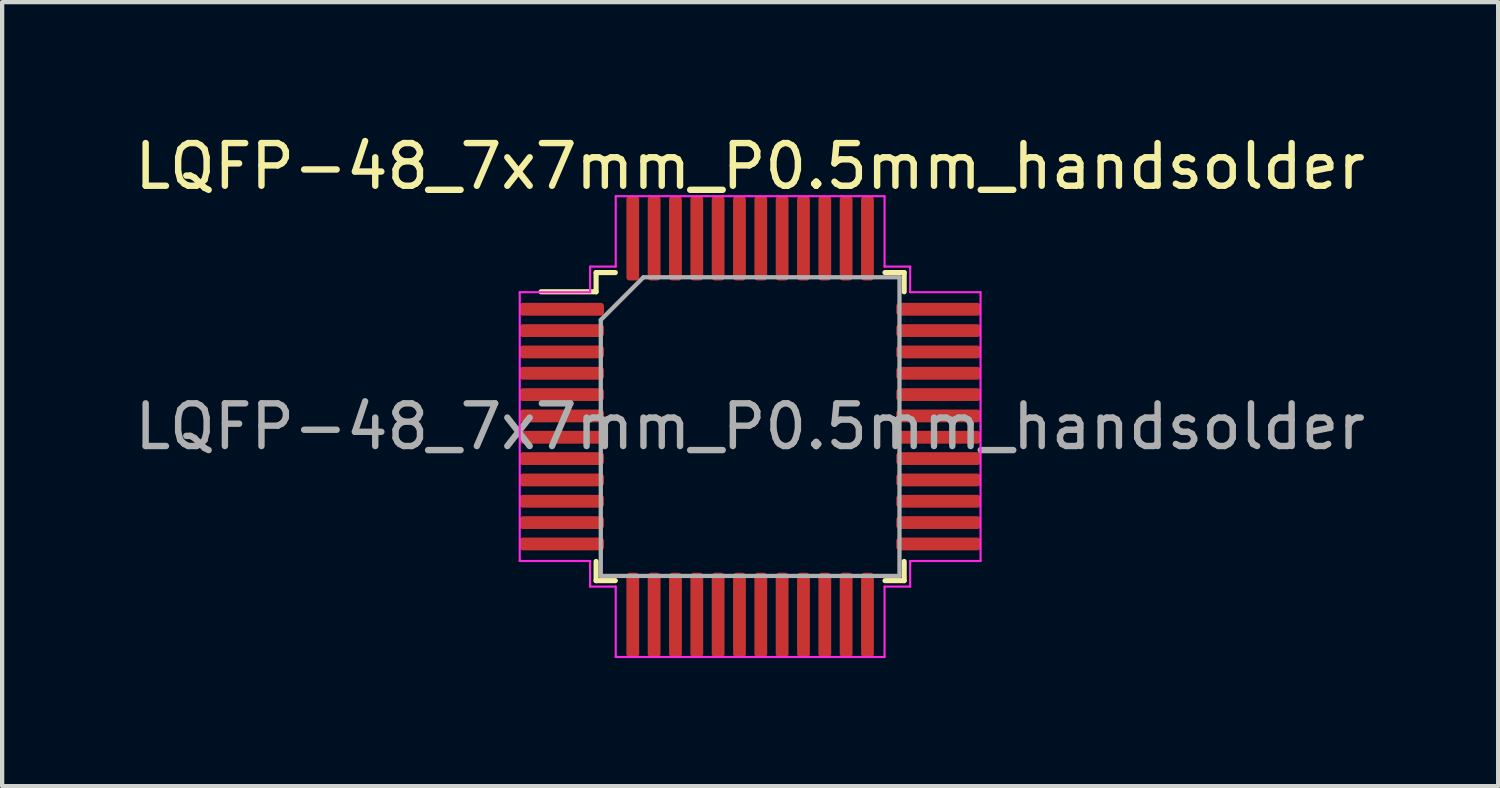
<source format=kicad_pcb>
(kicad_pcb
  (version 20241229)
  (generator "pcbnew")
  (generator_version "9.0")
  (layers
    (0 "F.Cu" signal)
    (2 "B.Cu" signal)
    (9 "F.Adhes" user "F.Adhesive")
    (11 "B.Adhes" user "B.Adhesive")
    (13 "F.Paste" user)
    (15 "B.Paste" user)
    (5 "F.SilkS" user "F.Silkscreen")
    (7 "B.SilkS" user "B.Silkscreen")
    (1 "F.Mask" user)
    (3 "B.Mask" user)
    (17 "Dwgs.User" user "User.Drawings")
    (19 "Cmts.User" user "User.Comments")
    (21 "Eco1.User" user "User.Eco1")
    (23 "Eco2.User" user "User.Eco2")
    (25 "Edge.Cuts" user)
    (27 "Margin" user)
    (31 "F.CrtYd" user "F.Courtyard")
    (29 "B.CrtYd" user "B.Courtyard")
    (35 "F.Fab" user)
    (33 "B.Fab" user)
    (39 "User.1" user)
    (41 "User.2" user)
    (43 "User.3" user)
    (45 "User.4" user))
  (footprint "LQFP-48_7x7mm_P0.5mm_handsolder"
    (layer "F.Cu")
    (at 14.53 6.948)
    (property "Reference" "LQFP-48_7x7mm_P0.5mm_handsolder" (at 0 -6.1 0) (layer "F.SilkS") (effects (font (size 1 1) (thickness 0.15))))
    (attr smd)
    (fp_line (start -3.61 -3.61) (end -3.61 -3.16) (stroke (width 0.12) (type solid)) (layer "F.SilkS"))
    (fp_line (start -3.61 -3.16) (end -4.9 -3.16) (stroke (width 0.12) (type solid)) (layer "F.SilkS"))
    (fp_line (start -3.61 3.61) (end -3.61 3.16) (stroke (width 0.12) (type solid)) (layer "F.SilkS"))
    (fp_line (start -3.16 -3.61) (end -3.61 -3.61) (stroke (width 0.12) (type solid)) (layer "F.SilkS"))
    (fp_line (start -3.16 3.61) (end -3.61 3.61) (stroke (width 0.12) (type solid)) (layer "F.SilkS"))
    (fp_line (start 3.16 -3.61) (end 3.61 -3.61) (stroke (width 0.12) (type solid)) (layer "F.SilkS"))
    (fp_line (start 3.16 3.61) (end 3.61 3.61) (stroke (width 0.12) (type solid)) (layer "F.SilkS"))
    (fp_line (start 3.61 -3.61) (end 3.61 -3.16) (stroke (width 0.12) (type solid)) (layer "F.SilkS"))
    (fp_line (start 3.61 3.61) (end 3.61 3.16) (stroke (width 0.12) (type solid)) (layer "F.SilkS"))
    (fp_line (start -5.4 -3.15) (end -5.4 0) (stroke (width 0.05) (type solid)) (layer "F.CrtYd"))
    (fp_line (start -5.4 3.15) (end -5.4 0) (stroke (width 0.05) (type solid)) (layer "F.CrtYd"))
    (fp_line (start -3.75 -3.75) (end -3.75 -3.15) (stroke (width 0.05) (type solid)) (layer "F.CrtYd"))
    (fp_line (start -3.75 -3.15) (end -5.4 -3.15) (stroke (width 0.05) (type solid)) (layer "F.CrtYd"))
    (fp_line (start -3.75 3.15) (end -5.4 3.15) (stroke (width 0.05) (type solid)) (layer "F.CrtYd"))
    (fp_line (start -3.75 3.75) (end -3.75 3.15) (stroke (width 0.05) (type solid)) (layer "F.CrtYd"))
    (fp_line (start -3.15 -5.4) (end -3.15 -3.75) (stroke (width 0.05) (type solid)) (layer "F.CrtYd"))
    (fp_line (start -3.15 -3.75) (end -3.75 -3.75) (stroke (width 0.05) (type solid)) (layer "F.CrtYd"))
    (fp_line (start -3.15 3.75) (end -3.75 3.75) (stroke (width 0.05) (type solid)) (layer "F.CrtYd"))
    (fp_line (start -3.15 5.4) (end -3.15 3.75) (stroke (width 0.05) (type solid)) (layer "F.CrtYd"))
    (fp_line (start 0 -5.4) (end -3.15 -5.4) (stroke (width 0.05) (type solid)) (layer "F.CrtYd"))
    (fp_line (start 0 -5.4) (end 3.15 -5.4) (stroke (width 0.05) (type solid)) (layer "F.CrtYd"))
    (fp_line (start 0 5.4) (end -3.15 5.4) (stroke (width 0.05) (type solid)) (layer "F.CrtYd"))
    (fp_line (start 0 5.4) (end 3.15 5.4) (stroke (width 0.05) (type solid)) (layer "F.CrtYd"))
    (fp_line (start 3.15 -5.4) (end 3.15 -3.75) (stroke (width 0.05) (type solid)) (layer "F.CrtYd"))
    (fp_line (start 3.15 -3.75) (end 3.75 -3.75) (stroke (width 0.05) (type solid)) (layer "F.CrtYd"))
    (fp_line (start 3.15 3.75) (end 3.75 3.75) (stroke (width 0.05) (type solid)) (layer "F.CrtYd"))
    (fp_line (start 3.15 5.4) (end 3.15 3.75) (stroke (width 0.05) (type solid)) (layer "F.CrtYd"))
    (fp_line (start 3.75 -3.75) (end 3.75 -3.15) (stroke (width 0.05) (type solid)) (layer "F.CrtYd"))
    (fp_line (start 3.75 -3.15) (end 5.4 -3.15) (stroke (width 0.05) (type solid)) (layer "F.CrtYd"))
    (fp_line (start 3.75 3.15) (end 5.4 3.15) (stroke (width 0.05) (type solid)) (layer "F.CrtYd"))
    (fp_line (start 3.75 3.75) (end 3.75 3.15) (stroke (width 0.05) (type solid)) (layer "F.CrtYd"))
    (fp_line (start 5.4 -3.15) (end 5.4 0) (stroke (width 0.05) (type solid)) (layer "F.CrtYd"))
    (fp_line (start 5.4 3.15) (end 5.4 0) (stroke (width 0.05) (type solid)) (layer "F.CrtYd"))
    (fp_line (start -3.5 -2.5) (end -2.5 -3.5) (stroke (width 0.1) (type solid)) (layer "F.Fab"))
    (fp_line (start -3.5 3.5) (end -3.5 -2.5) (stroke (width 0.1) (type solid)) (layer "F.Fab"))
    (fp_line (start -2.5 -3.5) (end 3.5 -3.5) (stroke (width 0.1) (type solid)) (layer "F.Fab"))
    (fp_line (start 3.5 -3.5) (end 3.5 3.5) (stroke (width 0.1) (type solid)) (layer "F.Fab"))
    (fp_line (start 3.5 3.5) (end -3.5 3.5) (stroke (width 0.1) (type solid)) (layer "F.Fab"))
    (fp_text user "${REFERENCE}" (at 0 0 0) (layer "F.Fab") (effects (font (size 1 1) (thickness 0.15))))
    (pad "1" smd roundrect (at -4.412 -2.75) (size 1.975 0.3) (layers "F.Cu" "F.Mask" "F.Paste") (roundrect_rratio 0.25))
    (pad "2" smd roundrect (at -4.412 -2.25) (size 1.975 0.3) (layers "F.Cu" "F.Mask" "F.Paste") (roundrect_rratio 0.25))
    (pad "3" smd roundrect (at -4.412 -1.75) (size 1.975 0.3) (layers "F.Cu" "F.Mask" "F.Paste") (roundrect_rratio 0.25))
    (pad "4" smd roundrect (at -4.412 -1.25) (size 1.975 0.3) (layers "F.Cu" "F.Mask" "F.Paste") (roundrect_rratio 0.25))
    (pad "5" smd roundrect (at -4.412 -0.75) (size 1.975 0.3) (layers "F.Cu" "F.Mask" "F.Paste") (roundrect_rratio 0.25))
    (pad "6" smd roundrect (at -4.412 -0.25) (size 1.975 0.3) (layers "F.Cu" "F.Mask" "F.Paste") (roundrect_rratio 0.25))
    (pad "7" smd roundrect (at -4.412 0.25) (size 1.975 0.3) (layers "F.Cu" "F.Mask" "F.Paste") (roundrect_rratio 0.25))
    (pad "8" smd roundrect (at -4.412 0.75) (size 1.975 0.3) (layers "F.Cu" "F.Mask" "F.Paste") (roundrect_rratio 0.25))
    (pad "9" smd roundrect (at -4.412 1.25) (size 1.975 0.3) (layers "F.Cu" "F.Mask" "F.Paste") (roundrect_rratio 0.25))
    (pad "10" smd roundrect (at -4.412 1.75) (size 1.975 0.3) (layers "F.Cu" "F.Mask" "F.Paste") (roundrect_rratio 0.25))
    (pad "11" smd roundrect (at -4.412 2.25) (size 1.975 0.3) (layers "F.Cu" "F.Mask" "F.Paste") (roundrect_rratio 0.25))
    (pad "12" smd roundrect (at -4.412 2.75) (size 1.975 0.3) (layers "F.Cu" "F.Mask" "F.Paste") (roundrect_rratio 0.25))
    (pad "13" smd roundrect (at -2.75 4.412) (size 0.3 1.975) (layers "F.Cu" "F.Mask" "F.Paste") (roundrect_rratio 0.25))
    (pad "14" smd roundrect (at -2.25 4.412) (size 0.3 1.975) (layers "F.Cu" "F.Mask" "F.Paste") (roundrect_rratio 0.25))
    (pad "15" smd roundrect (at -1.75 4.412) (size 0.3 1.975) (layers "F.Cu" "F.Mask" "F.Paste") (roundrect_rratio 0.25))
    (pad "16" smd roundrect (at -1.25 4.412) (size 0.3 1.975) (layers "F.Cu" "F.Mask" "F.Paste") (roundrect_rratio 0.25))
    (pad "17" smd roundrect (at -0.75 4.412) (size 0.3 1.975) (layers "F.Cu" "F.Mask" "F.Paste") (roundrect_rratio 0.25))
    (pad "18" smd roundrect (at -0.25 4.412) (size 0.3 1.975) (layers "F.Cu" "F.Mask" "F.Paste") (roundrect_rratio 0.25))
    (pad "19" smd roundrect (at 0.25 4.412) (size 0.3 1.975) (layers "F.Cu" "F.Mask" "F.Paste") (roundrect_rratio 0.25))
    (pad "20" smd roundrect (at 0.75 4.412) (size 0.3 1.975) (layers "F.Cu" "F.Mask" "F.Paste") (roundrect_rratio 0.25))
    (pad "21" smd roundrect (at 1.25 4.412) (size 0.3 1.975) (layers "F.Cu" "F.Mask" "F.Paste") (roundrect_rratio 0.25))
    (pad "22" smd roundrect (at 1.75 4.412) (size 0.3 1.975) (layers "F.Cu" "F.Mask" "F.Paste") (roundrect_rratio 0.25))
    (pad "23" smd roundrect (at 2.25 4.412) (size 0.3 1.975) (layers "F.Cu" "F.Mask" "F.Paste") (roundrect_rratio 0.25))
    (pad "24" smd roundrect (at 2.75 4.412) (size 0.3 1.975) (layers "F.Cu" "F.Mask" "F.Paste") (roundrect_rratio 0.25))
    (pad "25" smd roundrect (at 4.412 2.75) (size 1.975 0.3) (layers "F.Cu" "F.Mask" "F.Paste") (roundrect_rratio 0.25))
    (pad "26" smd roundrect (at 4.412 2.25) (size 1.975 0.3) (layers "F.Cu" "F.Mask" "F.Paste") (roundrect_rratio 0.25))
    (pad "27" smd roundrect (at 4.412 1.75) (size 1.975 0.3) (layers "F.Cu" "F.Mask" "F.Paste") (roundrect_rratio 0.25))
    (pad "28" smd roundrect (at 4.412 1.25) (size 1.975 0.3) (layers "F.Cu" "F.Mask" "F.Paste") (roundrect_rratio 0.25))
    (pad "29" smd roundrect (at 4.412 0.75) (size 1.975 0.3) (layers "F.Cu" "F.Mask" "F.Paste") (roundrect_rratio 0.25))
    (pad "30" smd roundrect (at 4.412 0.25) (size 1.975 0.3) (layers "F.Cu" "F.Mask" "F.Paste") (roundrect_rratio 0.25))
    (pad "31" smd roundrect (at 4.412 -0.25) (size 1.975 0.3) (layers "F.Cu" "F.Mask" "F.Paste") (roundrect_rratio 0.25))
    (pad "32" smd roundrect (at 4.412 -0.75) (size 1.975 0.3) (layers "F.Cu" "F.Mask" "F.Paste") (roundrect_rratio 0.25))
    (pad "33" smd roundrect (at 4.412 -1.25) (size 1.975 0.3) (layers "F.Cu" "F.Mask" "F.Paste") (roundrect_rratio 0.25))
    (pad "34" smd roundrect (at 4.412 -1.75) (size 1.975 0.3) (layers "F.Cu" "F.Mask" "F.Paste") (roundrect_rratio 0.25))
    (pad "35" smd roundrect (at 4.412 -2.25) (size 1.975 0.3) (layers "F.Cu" "F.Mask" "F.Paste") (roundrect_rratio 0.25))
    (pad "36" smd roundrect (at 4.412 -2.75) (size 1.975 0.3) (layers "F.Cu" "F.Mask" "F.Paste") (roundrect_rratio 0.25))
    (pad "37" smd roundrect (at 2.75 -4.412) (size 0.3 1.975) (layers "F.Cu" "F.Mask" "F.Paste") (roundrect_rratio 0.25))
    (pad "38" smd roundrect (at 2.25 -4.412) (size 0.3 1.975) (layers "F.Cu" "F.Mask" "F.Paste") (roundrect_rratio 0.25))
    (pad "39" smd roundrect (at 1.75 -4.412) (size 0.3 1.975) (layers "F.Cu" "F.Mask" "F.Paste") (roundrect_rratio 0.25))
    (pad "40" smd roundrect (at 1.25 -4.412) (size 0.3 1.975) (layers "F.Cu" "F.Mask" "F.Paste") (roundrect_rratio 0.25))
    (pad "41" smd roundrect (at 0.75 -4.412) (size 0.3 1.975) (layers "F.Cu" "F.Mask" "F.Paste") (roundrect_rratio 0.25))
    (pad "42" smd roundrect (at 0.25 -4.412) (size 0.3 1.975) (layers "F.Cu" "F.Mask" "F.Paste") (roundrect_rratio 0.25))
    (pad "43" smd roundrect (at -0.25 -4.412) (size 0.3 1.975) (layers "F.Cu" "F.Mask" "F.Paste") (roundrect_rratio 0.25))
    (pad "44" smd roundrect (at -0.75 -4.412) (size 0.3 1.975) (layers "F.Cu" "F.Mask" "F.Paste") (roundrect_rratio 0.25))
    (pad "45" smd roundrect (at -1.25 -4.412) (size 0.3 1.975) (layers "F.Cu" "F.Mask" "F.Paste") (roundrect_rratio 0.25))
    (pad "46" smd roundrect (at -1.75 -4.412) (size 0.3 1.975) (layers "F.Cu" "F.Mask" "F.Paste") (roundrect_rratio 0.25))
    (pad "47" smd roundrect (at -2.25 -4.412) (size 0.3 1.975) (layers "F.Cu" "F.Mask" "F.Paste") (roundrect_rratio 0.25))
    (pad "48" smd roundrect (at -2.75 -4.412) (size 0.3 1.975) (layers "F.Cu" "F.Mask" "F.Paste") (roundrect_rratio 0.25)))
  (gr_rect
    (start -3 -3)
    (end 32.06 15.373)
    (stroke (width 0.1) (type default))
    (fill no)
    (layer "Edge.Cuts")))
</source>
